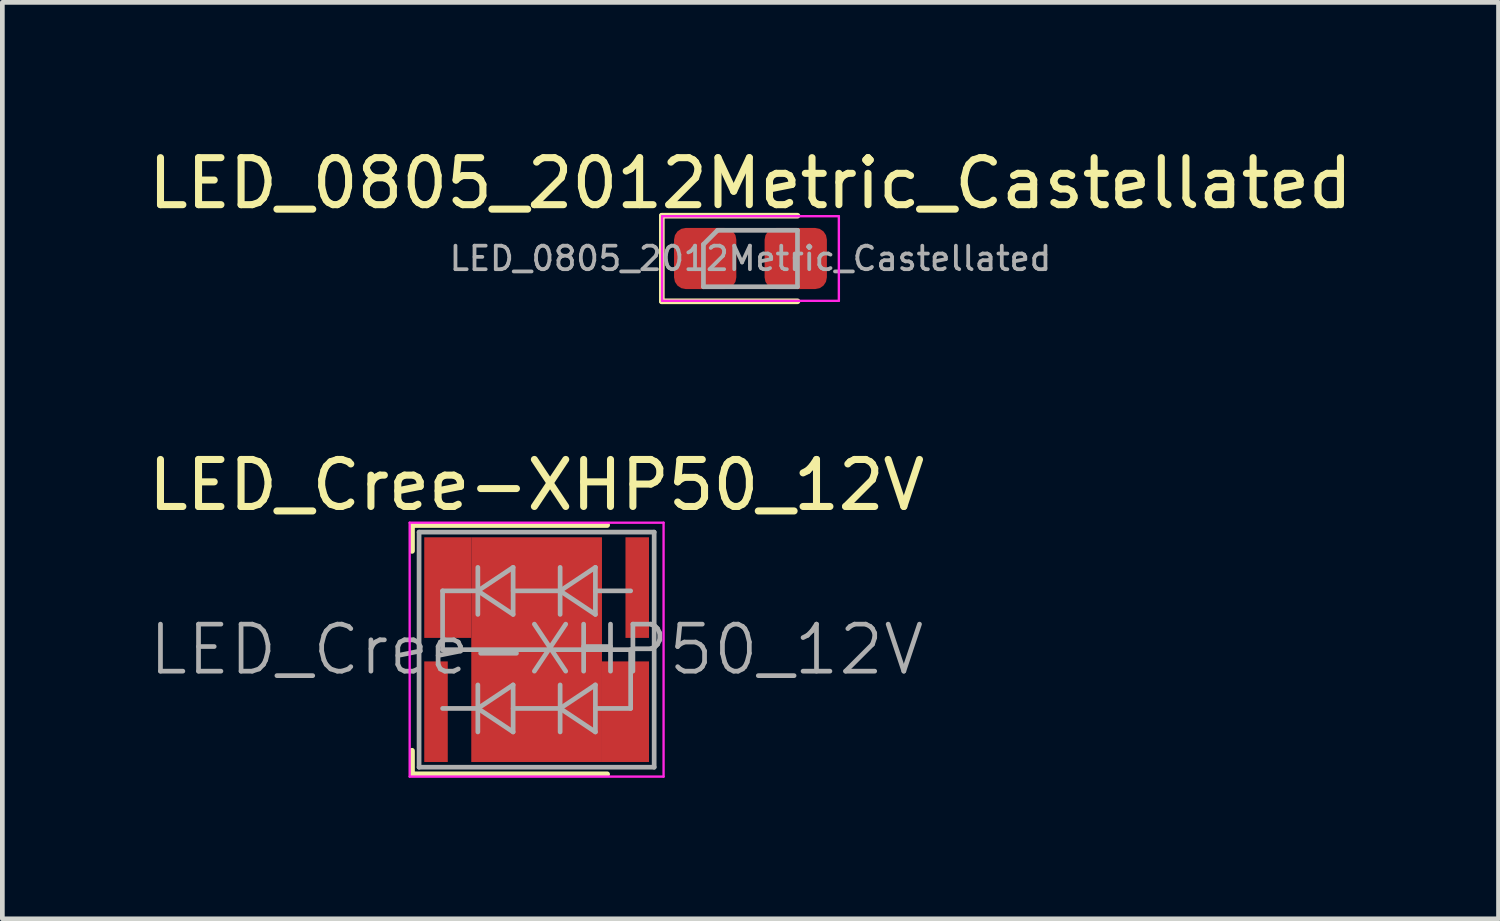
<source format=kicad_pcb>
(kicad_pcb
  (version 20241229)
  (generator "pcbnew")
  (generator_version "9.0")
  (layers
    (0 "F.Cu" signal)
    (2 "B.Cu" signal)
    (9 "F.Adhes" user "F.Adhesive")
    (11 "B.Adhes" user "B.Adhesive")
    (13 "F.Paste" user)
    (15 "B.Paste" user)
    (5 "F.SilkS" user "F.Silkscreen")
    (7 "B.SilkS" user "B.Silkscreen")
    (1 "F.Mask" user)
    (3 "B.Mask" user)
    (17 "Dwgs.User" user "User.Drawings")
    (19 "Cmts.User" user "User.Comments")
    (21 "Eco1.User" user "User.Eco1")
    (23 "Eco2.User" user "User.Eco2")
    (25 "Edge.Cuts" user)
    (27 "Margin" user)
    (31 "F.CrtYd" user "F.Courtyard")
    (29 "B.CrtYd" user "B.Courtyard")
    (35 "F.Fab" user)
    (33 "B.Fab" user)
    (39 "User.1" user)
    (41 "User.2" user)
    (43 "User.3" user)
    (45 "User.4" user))
  (footprint "LED_0805_2012Metric_Castellated"
    (layer "F.Cu")
    (at 12.911 2.448)
    (property "Reference" "LED_0805_2012Metric_Castellated" (at 0 -1.6 0) (layer "F.SilkS") (effects (font (size 1 1) (thickness 0.15))))
    (attr smd)
    (fp_line (start -1.885 -0.91) (end -1.885 0.91) (stroke (width 0.12) (type solid)) (layer "F.SilkS"))
    (fp_line (start -1.885 0.91) (end 1 0.91) (stroke (width 0.12) (type solid)) (layer "F.SilkS"))
    (fp_line (start 1 -0.91) (end -1.885 -0.91) (stroke (width 0.12) (type solid)) (layer "F.SilkS"))
    (fp_line (start -1.88 -0.9) (end 1.88 -0.9) (stroke (width 0.05) (type solid)) (layer "F.CrtYd"))
    (fp_line (start -1.88 0.9) (end -1.88 -0.9) (stroke (width 0.05) (type solid)) (layer "F.CrtYd"))
    (fp_line (start 1.88 -0.9) (end 1.88 0.9) (stroke (width 0.05) (type solid)) (layer "F.CrtYd"))
    (fp_line (start 1.88 0.9) (end -1.88 0.9) (stroke (width 0.05) (type solid)) (layer "F.CrtYd"))
    (fp_line (start -1 -0.3) (end -1 0.6) (stroke (width 0.1) (type solid)) (layer "F.Fab"))
    (fp_line (start -1 0.6) (end 1 0.6) (stroke (width 0.1) (type solid)) (layer "F.Fab"))
    (fp_line (start -0.7 -0.6) (end -1 -0.3) (stroke (width 0.1) (type solid)) (layer "F.Fab"))
    (fp_line (start 1 -0.6) (end -0.7 -0.6) (stroke (width 0.1) (type solid)) (layer "F.Fab"))
    (fp_line (start 1 0.6) (end 1 -0.6) (stroke (width 0.1) (type solid)) (layer "F.Fab"))
    (fp_text user "${REFERENCE}" (at 0 0 0) (layer "F.Fab") (effects (font (size 0.5 0.5) (thickness 0.08))))
    (pad "1" smd roundrect (at -0.963 0) (size 1.325 1.3) (layers "F.Cu" "F.Mask" "F.Paste") (roundrect_rratio 0.192))
    (pad "2" smd roundrect (at 0.963 0) (size 1.325 1.3) (layers "F.Cu" "F.Mask" "F.Paste") (roundrect_rratio 0.192)))
  (footprint "LED_Cree-XHP50_12V"
    (layer "F.Cu")
    (at 8.363 10.767)
    (property "Reference" "LED_Cree-XHP50_12V" (at 0 -3.5 0) (layer "F.SilkS") (effects (font (size 1 1) (thickness 0.15))))
    (attr smd)
    (fp_line (start -2.65 -2.65) (end -2.65 -2.1) (stroke (width 0.12) (type solid)) (layer "F.SilkS"))
    (fp_line (start -2.65 2.65) (end -2.65 2.15) (stroke (width 0.12) (type solid)) (layer "F.SilkS"))
    (fp_line (start 1.5 -2.65) (end -2.65 -2.65) (stroke (width 0.12) (type solid)) (layer "F.SilkS"))
    (fp_line (start 1.5 2.65) (end -2.65 2.65) (stroke (width 0.12) (type solid)) (layer "F.SilkS"))
    (fp_line (start -2.7 -2.7) (end -2.7 2.7) (stroke (width 0.05) (type solid)) (layer "F.CrtYd"))
    (fp_line (start -2.7 2.7) (end 2.7 2.7) (stroke (width 0.05) (type solid)) (layer "F.CrtYd"))
    (fp_line (start 2.7 -2.7) (end -2.7 -2.7) (stroke (width 0.05) (type solid)) (layer "F.CrtYd"))
    (fp_line (start 2.7 2.7) (end 2.7 -2.7) (stroke (width 0.05) (type solid)) (layer "F.CrtYd"))
    (fp_line (start -2.5 -2.5) (end 2.5 -2.5) (stroke (width 0.1) (type solid)) (layer "F.Fab"))
    (fp_line (start -2.5 2.5) (end -2.5 -2.5) (stroke (width 0.1) (type solid)) (layer "F.Fab"))
    (fp_line (start -2 -1.25) (end -2 0) (stroke (width 0.1) (type solid)) (layer "F.Fab"))
    (fp_line (start -2 -1.25) (end -1.25 -1.25) (stroke (width 0.1) (type solid)) (layer "F.Fab"))
    (fp_line (start -2 0) (end 2 0) (stroke (width 0.1) (type solid)) (layer "F.Fab"))
    (fp_line (start -2 1.25) (end -1.25 1.25) (stroke (width 0.1) (type solid)) (layer "F.Fab"))
    (fp_line (start -1.25 -1.25) (end -1.25 -1.75) (stroke (width 0.1) (type solid)) (layer "F.Fab"))
    (fp_line (start -1.25 -1.25) (end -1.25 -0.75) (stroke (width 0.1) (type solid)) (layer "F.Fab"))
    (fp_line (start -1.25 -1.25) (end -0.5 -1.75) (stroke (width 0.1) (type solid)) (layer "F.Fab"))
    (fp_line (start -1.25 1.25) (end -1.25 0.75) (stroke (width 0.1) (type solid)) (layer "F.Fab"))
    (fp_line (start -1.25 1.25) (end -1.25 1.75) (stroke (width 0.1) (type solid)) (layer "F.Fab"))
    (fp_line (start -1.25 1.25) (end -0.5 0.75) (stroke (width 0.1) (type solid)) (layer "F.Fab"))
    (fp_line (start -0.5 -1.75) (end -0.5 -0.75) (stroke (width 0.1) (type solid)) (layer "F.Fab"))
    (fp_line (start -0.5 -1.25) (end 0.5 -1.25) (stroke (width 0.1) (type solid)) (layer "F.Fab"))
    (fp_line (start -0.5 -0.75) (end -1.25 -1.25) (stroke (width 0.1) (type solid)) (layer "F.Fab"))
    (fp_line (start -0.5 0.75) (end -0.5 1.75) (stroke (width 0.1) (type solid)) (layer "F.Fab"))
    (fp_line (start -0.5 1.25) (end 0.5 1.25) (stroke (width 0.1) (type solid)) (layer "F.Fab"))
    (fp_line (start -0.5 1.75) (end -1.25 1.25) (stroke (width 0.1) (type solid)) (layer "F.Fab"))
    (fp_line (start 0.5 -1.75) (end 0.5 -0.75) (stroke (width 0.1) (type solid)) (layer "F.Fab"))
    (fp_line (start 0.5 -1.25) (end 1.25 -0.75) (stroke (width 0.1) (type solid)) (layer "F.Fab"))
    (fp_line (start 0.5 0.75) (end 0.5 1.75) (stroke (width 0.1) (type solid)) (layer "F.Fab"))
    (fp_line (start 0.5 1.25) (end 1.25 1.75) (stroke (width 0.1) (type solid)) (layer "F.Fab"))
    (fp_line (start 1.25 -1.75) (end 0.5 -1.25) (stroke (width 0.1) (type solid)) (layer "F.Fab"))
    (fp_line (start 1.25 -1.25) (end 1.25 -1.75) (stroke (width 0.1) (type solid)) (layer "F.Fab"))
    (fp_line (start 1.25 -0.75) (end 1.25 -1.25) (stroke (width 0.1) (type solid)) (layer "F.Fab"))
    (fp_line (start 1.25 0.75) (end 0.5 1.25) (stroke (width 0.1) (type solid)) (layer "F.Fab"))
    (fp_line (start 1.25 0.75) (end 1.25 1.75) (stroke (width 0.1) (type solid)) (layer "F.Fab"))
    (fp_line (start 2 -1.25) (end 1.25 -1.25) (stroke (width 0.1) (type solid)) (layer "F.Fab"))
    (fp_line (start 2 0) (end 2 1.25) (stroke (width 0.1) (type solid)) (layer "F.Fab"))
    (fp_line (start 2 1.25) (end 1.25 1.25) (stroke (width 0.1) (type solid)) (layer "F.Fab"))
    (fp_line (start 2.5 -2.5) (end 2.5 2.5) (stroke (width 0.1) (type solid)) (layer "F.Fab"))
    (fp_line (start 2.5 2.5) (end -2.5 2.5) (stroke (width 0.1) (type solid)) (layer "F.Fab"))
    (fp_text user "${REFERENCE}" (at 0 0 0) (layer "F.Fab") (effects (font (size 1 1) (thickness 0.1))))
    (pad "" smd rect (at -2.14 -1.32) (size 0.5 2.14) (layers "F.Paste"))
    (pad "" smd rect (at -0.61 -1.575) (size 0.97 0.8) (layers "F.Paste"))
    (pad "" smd rect (at -0.61 -0.525) (size 0.97 0.8) (layers "F.Paste"))
    (pad "" smd rect (at -0.61 0.525) (size 0.97 0.8) (layers "F.Paste"))
    (pad "" smd rect (at -0.61 1.575) (size 0.97 0.8) (layers "F.Paste"))
    (pad "" smd rect (at 0.61 -1.575) (size 0.97 0.8) (layers "F.Paste"))
    (pad "" smd rect (at 0.61 -0.525) (size 0.97 0.8) (layers "F.Paste"))
    (pad "" smd rect (at 0.61 0.525) (size 0.97 0.8) (layers "F.Paste"))
    (pad "" smd rect (at 0.61 1.575) (size 0.97 0.8) (layers "F.Paste"))
    (pad "" smd rect (at 2.14 1.32) (size 0.5 2.14) (layers "F.Paste"))
    (pad "1" smd rect (at -2.14 1.32) (size 0.5 2.14) (layers "F.Cu" "F.Mask" "F.Paste"))
    (pad "2" smd rect (at 2.14 -1.32) (size 0.5 2.14) (layers "F.Cu" "F.Mask" "F.Paste"))
    (pad "3" smd rect (at -1.89 -1.32) (size 1 2.14) (layers "F.Cu" "F.Mask"))
    (pad "3" smd rect (at 0 0) (size 2.78 4.78) (layers "F.Cu" "F.Mask"))
    (pad "3" smd rect (at 1.89 1.32) (size 1 2.14) (layers "F.Cu" "F.Mask")))
  (gr_rect
    (start -3 -3)
    (end 28.821 16.491)
    (stroke (width 0.1) (type default))
    (fill no)
    (layer "Edge.Cuts")))
</source>
